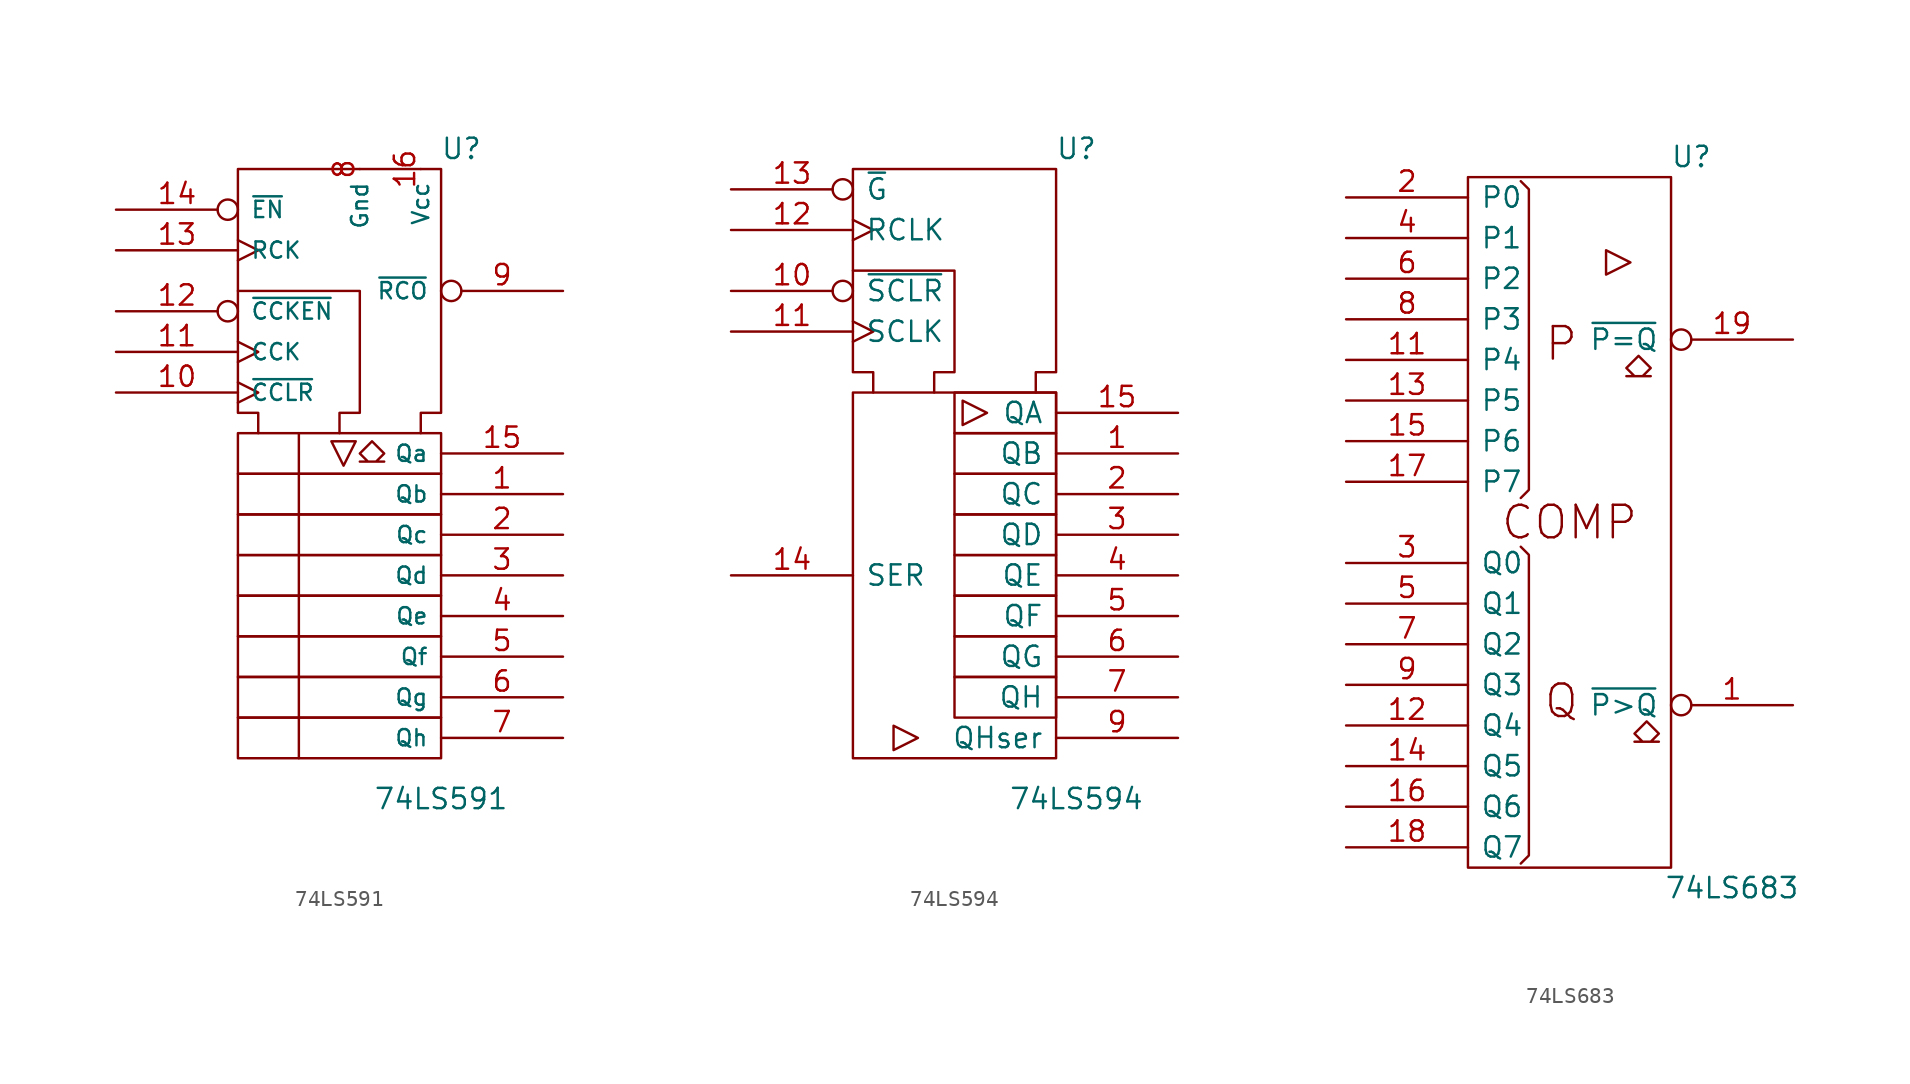
<source format=kicad_sym>
(kicad_symbol_lib
  (version 20231120)
  (generator "kicad_symbol_editor")
  (generator_version "8.0")
  (symbol "74LS591"
    (pin_names
      (offset 0.762))
    (property "Reference" "U"
      (at 7.62 20.32 0)
      (effects (font (size 1.27 1.27))))
    (property "Value" "74LS591"
      (at 6.35 -20.32 0)
      (effects (font (size 1.27 1.27))))
    (symbol "74LS591_0_0"
      (rectangle (start -6.35 -15.24) (end 6.35 -17.78) (stroke (width 0) (type default)) (fill (type none)))
      (rectangle (start -6.35 -12.7) (end 6.35 -15.24) (stroke (width 0) (type default)) (fill (type none)))
      (rectangle (start -6.35 -10.16) (end 6.35 -12.7) (stroke (width 0) (type default)) (fill (type none)))
      (rectangle (start -6.35 -7.62) (end 6.35 -10.16) (stroke (width 0) (type default)) (fill (type none)))
      (rectangle (start -6.35 -5.08) (end 6.35 -7.62) (stroke (width 0) (type default)) (fill (type none)))
      (rectangle (start -6.35 -2.54) (end 6.35 -5.08) (stroke (width 0) (type default)) (fill (type none)))
      (rectangle (start -6.35 0) (end 6.35 -2.54) (stroke (width 0) (type default)) (fill (type none)))
      (rectangle (start -6.35 2.54) (end 6.35 0) (stroke (width 0) (type default)) (fill (type none)))
      (polyline (pts (xy -2.54 2.54) (xy -2.54 -17.78) (xy -2.54 -17.78)) (stroke (width 0) (type default)) (fill (type none)))
      (polyline (pts (xy -0.508 2.032) (xy 1.016 2.032) (xy 0.254 0.508) (xy -0.508 2.032) (xy -0.508 2.032)) (stroke (width 0) (type default)) (fill (type none)))
      (polyline (pts (xy -6.35 11.43) (xy 1.27 11.43) (xy 1.27 3.81) (xy 0 3.81) (xy 0 2.54) (xy 0 2.54)) (stroke (width 0) (type default)) (fill (type none)))
      (polyline (pts (xy -5.08 2.54) (xy -5.08 3.81) (xy -6.35 3.81) (xy -6.35 19.05) (xy 6.35 19.05) (xy 6.35 3.81) (xy 5.08 3.81) (xy 5.08 2.54) (xy 5.08 2.54)) (stroke (width 0) (type default)) (fill (type none)))
      (polyline (pts (xy 2.032 2.032) (xy 2.794 1.27) (xy 2.286 0.762) (xy 2.794 0.762) (xy 1.27 0.762) (xy 1.778 0.762) (xy 1.27 1.27) (xy 2.032 2.032) (xy 2.032 2.032)) (stroke (width 0) (type default)) (fill (type none))))
    (symbol "74LS591_0_1"
      (pin power_in line (at 5.08 19.05 270) (length 0) (name "Vcc" (effects (font (size 1.016 1.016)))) (number "16" (effects (font (size 1.27 1.27)))))
      (pin power_in line (at 1.27 19.05 270) (length 0) (name "Gnd" (effects (font (size 1.016 1.016)))) (number "8" (effects (font (size 1.27 1.27))))))
    (symbol "74LS591_1_1"
      (pin output line (at 13.97 -1.27 180) (length 7.62) (name "Qb" (effects (font (size 1.016 1.016)))) (number "1" (effects (font (size 1.27 1.27)))))
      (pin input clock (at -13.97 5.08 0) (length 7.62) (name "~{CCLR}" (effects (font (size 1.016 1.016)))) (number "10" (effects (font (size 1.27 1.27)))))
      (pin input clock (at -13.97 7.62 0) (length 7.62) (name "CCK" (effects (font (size 1.016 1.016)))) (number "11" (effects (font (size 1.27 1.27)))))
      (pin input inverted (at -13.97 10.16 0) (length 7.62) (name "~{CCKEN}" (effects (font (size 1.016 1.016)))) (number "12" (effects (font (size 1.27 1.27)))))
      (pin input clock (at -13.97 13.97 0) (length 7.62) (name "RCK" (effects (font (size 1.016 1.016)))) (number "13" (effects (font (size 1.27 1.27)))))
      (pin input inverted (at -13.97 16.51 0) (length 7.62) (name "~{EN}" (effects (font (size 1.016 1.016)))) (number "14" (effects (font (size 1.27 1.27)))))
      (pin output line (at 13.97 1.27 180) (length 7.62) (name "Qa" (effects (font (size 1.016 1.016)))) (number "15" (effects (font (size 1.27 1.27)))))
      (pin output line (at 13.97 -3.81 180) (length 7.62) (name "Qc" (effects (font (size 1.016 1.016)))) (number "2" (effects (font (size 1.27 1.27)))))
      (pin output line (at 13.97 -6.35 180) (length 7.62) (name "Qd" (effects (font (size 1.016 1.016)))) (number "3" (effects (font (size 1.27 1.27)))))
      (pin output line (at 13.97 -8.89 180) (length 7.62) (name "Qe" (effects (font (size 1.016 1.016)))) (number "4" (effects (font (size 1.27 1.27)))))
      (pin output line (at 13.97 -11.43 180) (length 7.62) (name "Qf" (effects (font (size 1.016 1.016)))) (number "5" (effects (font (size 1.27 1.27)))))
      (pin output line (at 13.97 -13.97 180) (length 7.62) (name "Qg" (effects (font (size 1.016 1.016)))) (number "6" (effects (font (size 1.27 1.27)))))
      (pin output line (at 13.97 -16.51 180) (length 7.62) (name "Qh" (effects (font (size 1.016 1.016)))) (number "7" (effects (font (size 1.27 1.27)))))
      (pin output inverted (at 13.97 11.43 180) (length 7.62) (name "~{RCO}" (effects (font (size 1.016 1.016)))) (number "9" (effects (font (size 1.27 1.27)))))))
  (symbol "74LS594"
    (pin_names
      (offset 0.762))
    (property "Reference" "U"
      (at 7.62 16.51 0)
      (effects (font (size 1.27 1.27))))
    (property "Value" "74LS594"
      (at 7.62 -24.13 0)
      (effects (font (size 1.27 1.27))))
    (symbol "74LS594_0_0"
      (rectangle (start -6.35 1.27) (end 6.35 -21.59) (stroke (width 0) (type default)) (fill (type none)))
      (rectangle (start 0 -16.51) (end 6.35 -19.05) (stroke (width 0) (type default)) (fill (type none)))
      (rectangle (start 0 -13.97) (end 6.35 -16.51) (stroke (width 0) (type default)) (fill (type none)))
      (rectangle (start 0 -11.43) (end 6.35 -13.97) (stroke (width 0) (type default)) (fill (type none)))
      (rectangle (start 0 -8.89) (end 6.35 -11.43) (stroke (width 0) (type default)) (fill (type none)))
      (rectangle (start 0 -6.35) (end 6.35 -8.89) (stroke (width 0) (type default)) (fill (type none)))
      (rectangle (start 0 -3.81) (end 6.35 -6.35) (stroke (width 0) (type default)) (fill (type none)))
      (rectangle (start 0 -1.27) (end 6.35 -3.81) (stroke (width 0) (type default)) (fill (type none)))
      (polyline (pts (xy -2.286 -20.32) (xy -3.81 -19.558) (xy -3.81 -21.082) (xy -2.286 -20.32) (xy -2.286 -20.32)) (stroke (width 0) (type default)) (fill (type none)))
      (polyline (pts (xy 0.508 0.762) (xy 0.508 -0.762) (xy 2.032 0) (xy 0.508 0.762) (xy 0.508 0.762)) (stroke (width 0) (type default)) (fill (type none)))
      (polyline (pts (xy -6.35 8.89) (xy 0 8.89) (xy 0 2.54) (xy -1.27 2.54) (xy -1.27 1.27) (xy -1.27 1.27)) (stroke (width 0) (type default)) (fill (type none)))
      (polyline (pts (xy -5.08 1.27) (xy -5.08 2.54) (xy -6.35 2.54) (xy -6.35 15.24) (xy 6.35 15.24) (xy 6.35 2.54) (xy 5.08 2.54) (xy 5.08 1.27) (xy 5.08 1.27)) (stroke (width 0) (type default)) (fill (type none)))
      (rectangle (start 0 1.27) (end 6.35 -1.27) (stroke (width 0) (type default)) (fill (type none))))
    (symbol "74LS594_0_1"
      (pin power_in line (at 0 15.24 270) (length 0) hide (name "GND" (effects (font (size 1.27 1.27)))) (number "8" (effects (font (size 1.27 1.27))))))
    (symbol "74LS594_1_1"
      (pin tri_state line (at 13.97 -2.54 180) (length 7.62) (name "QB" (effects (font (size 1.27 1.27)))) (number "1" (effects (font (size 1.27 1.27)))))
      (pin input inverted (at -13.97 7.62 0) (length 7.62) (name "~{SCLR}" (effects (font (size 1.27 1.27)))) (number "10" (effects (font (size 1.27 1.27)))))
      (pin input clock (at -13.97 5.08 0) (length 7.62) (name "SCLK" (effects (font (size 1.27 1.27)))) (number "11" (effects (font (size 1.27 1.27)))))
      (pin input clock (at -13.97 11.43 0) (length 7.62) (name "RCLK" (effects (font (size 1.27 1.27)))) (number "12" (effects (font (size 1.27 1.27)))))
      (pin input inverted (at -13.97 13.97 0) (length 7.62) (name "~{G}" (effects (font (size 1.27 1.27)))) (number "13" (effects (font (size 1.27 1.27)))))
      (pin input line (at -13.97 -10.16 0) (length 7.62) (name "SER" (effects (font (size 1.27 1.27)))) (number "14" (effects (font (size 1.27 1.27)))))
      (pin tri_state line (at 13.97 0 180) (length 7.62) (name "QA" (effects (font (size 1.27 1.27)))) (number "15" (effects (font (size 1.27 1.27)))))
      (pin power_in line (at 3.81 15.24 270) (length 0) hide (name "VCC" (effects (font (size 1.27 1.27)))) (number "16" (effects (font (size 1.27 1.27)))))
      (pin tri_state line (at 13.97 -5.08 180) (length 7.62) (name "QC" (effects (font (size 1.27 1.27)))) (number "2" (effects (font (size 1.27 1.27)))))
      (pin tri_state line (at 13.97 -7.62 180) (length 7.62) (name "QD" (effects (font (size 1.27 1.27)))) (number "3" (effects (font (size 1.27 1.27)))))
      (pin tri_state line (at 13.97 -10.16 180) (length 7.62) (name "QE" (effects (font (size 1.27 1.27)))) (number "4" (effects (font (size 1.27 1.27)))))
      (pin tri_state line (at 13.97 -12.7 180) (length 7.62) (name "QF" (effects (font (size 1.27 1.27)))) (number "5" (effects (font (size 1.27 1.27)))))
      (pin tri_state line (at 13.97 -15.24 180) (length 7.62) (name "QG" (effects (font (size 1.27 1.27)))) (number "6" (effects (font (size 1.27 1.27)))))
      (pin tri_state line (at 13.97 -17.78 180) (length 7.62) (name "QH" (effects (font (size 1.27 1.27)))) (number "7" (effects (font (size 1.27 1.27)))))
      (pin output line (at 13.97 -20.32 180) (length 7.62) (name "QHser" (effects (font (size 1.27 1.27)))) (number "9" (effects (font (size 1.27 1.27)))))))
  (symbol "74LS683"
    (pin_names
      (offset 0.762))
    (property "Reference" "U"
      (at 7.62 22.86 0)
      (effects (font (size 1.27 1.27))))
    (property "Value" "74LS683"
      (at 10.16 -22.86 0)
      (effects (font (size 1.27 1.27))))
    (symbol "74LS683_0_0"
      (polyline (pts (xy 2.286 17.018) (xy 2.286 15.494) (xy 3.81 16.256) (xy 2.286 17.018) (xy 2.286 17.018)) (stroke (width 0) (type default)) (fill (type none)))
      (polyline (pts (xy 4.318 10.414) (xy 5.08 9.652) (xy 4.572 9.144) (xy 5.08 9.144) (xy 3.556 9.144) (xy 4.064 9.144) (xy 3.556 9.652) (xy 4.318 10.414) (xy 4.318 10.414)) (stroke (width 0) (type default)) (fill (type none)))
      (polyline (pts (xy 4.826 -12.446) (xy 5.588 -13.208) (xy 5.08 -13.716) (xy 5.588 -13.716) (xy 4.064 -13.716) (xy 4.572 -13.716) (xy 4.064 -13.208) (xy 4.826 -12.446) (xy 4.826 -12.446)) (stroke (width 0) (type default)) (fill (type none)))
      (text "COMP" (at 0 0 0) (effects (font (size 2.032 2.032))))
      (text "P" (at -0.508 11.176 0) (effects (font (size 2.032 2.032))))
      (text "Q" (at -0.508 -11.176 0) (effects (font (size 2.032 2.032)))))
    (symbol "74LS683_0_1"
      (rectangle (start -6.35 21.59) (end 6.35 -21.59) (stroke (width 0) (type default)) (fill (type none)))
      (polyline (pts (xy -3.048 -1.524) (xy -2.54 -2.032) (xy -2.54 -20.828) (xy -3.048 -21.336) (xy -3.048 -21.336)) (stroke (width 0) (type default)) (fill (type none)))
      (polyline (pts (xy -3.048 21.336) (xy -2.54 20.828) (xy -2.54 2.032) (xy -3.048 1.524) (xy -3.048 1.524)) (stroke (width 0) (type default)) (fill (type none))))
    (symbol "74LS683_1_1"
      (pin output inverted (at 13.97 -11.43 180) (length 7.62) (name "~{P>Q}" (effects (font (size 1.27 1.27)))) (number "1" (effects (font (size 1.27 1.27)))))
      (pin power_in line (at 0 -21.59 90) (length 0) hide (name "Gnd" (effects (font (size 1.27 1.27)))) (number "10" (effects (font (size 1.27 1.27)))))
      (pin input line (at -13.97 10.16 0) (length 7.62) (name "P4" (effects (font (size 1.27 1.27)))) (number "11" (effects (font (size 1.27 1.27)))))
      (pin input line (at -13.97 -12.7 0) (length 7.62) (name "Q4" (effects (font (size 1.27 1.27)))) (number "12" (effects (font (size 1.27 1.27)))))
      (pin input line (at -13.97 7.62 0) (length 7.62) (name "P5" (effects (font (size 1.27 1.27)))) (number "13" (effects (font (size 1.27 1.27)))))
      (pin input line (at -13.97 -15.24 0) (length 7.62) (name "Q5" (effects (font (size 1.27 1.27)))) (number "14" (effects (font (size 1.27 1.27)))))
      (pin input line (at -13.97 5.08 0) (length 7.62) (name "P6" (effects (font (size 1.27 1.27)))) (number "15" (effects (font (size 1.27 1.27)))))
      (pin input line (at -13.97 -17.78 0) (length 7.62) (name "Q6" (effects (font (size 1.27 1.27)))) (number "16" (effects (font (size 1.27 1.27)))))
      (pin input line (at -13.97 2.54 0) (length 7.62) (name "P7" (effects (font (size 1.27 1.27)))) (number "17" (effects (font (size 1.27 1.27)))))
      (pin input line (at -13.97 -20.32 0) (length 7.62) (name "Q7" (effects (font (size 1.27 1.27)))) (number "18" (effects (font (size 1.27 1.27)))))
      (pin output inverted (at 13.97 11.43 180) (length 7.62) (name "~{P=Q}" (effects (font (size 1.27 1.27)))) (number "19" (effects (font (size 1.27 1.27)))))
      (pin input line (at -13.97 20.32 0) (length 7.62) (name "P0" (effects (font (size 1.27 1.27)))) (number "2" (effects (font (size 1.27 1.27)))))
      (pin power_in line (at 0 21.59 270) (length 0) hide (name "Vcc" (effects (font (size 1.27 1.27)))) (number "20" (effects (font (size 1.27 1.27)))))
      (pin input line (at -13.97 -2.54 0) (length 7.62) (name "Q0" (effects (font (size 1.27 1.27)))) (number "3" (effects (font (size 1.27 1.27)))))
      (pin input line (at -13.97 17.78 0) (length 7.62) (name "P1" (effects (font (size 1.27 1.27)))) (number "4" (effects (font (size 1.27 1.27)))))
      (pin input line (at -13.97 -5.08 0) (length 7.62) (name "Q1" (effects (font (size 1.27 1.27)))) (number "5" (effects (font (size 1.27 1.27)))))
      (pin input line (at -13.97 15.24 0) (length 7.62) (name "P2" (effects (font (size 1.27 1.27)))) (number "6" (effects (font (size 1.27 1.27)))))
      (pin input line (at -13.97 -7.62 0) (length 7.62) (name "Q2" (effects (font (size 1.27 1.27)))) (number "7" (effects (font (size 1.27 1.27)))))
      (pin input line (at -13.97 12.7 0) (length 7.62) (name "P3" (effects (font (size 1.27 1.27)))) (number "8" (effects (font (size 1.27 1.27)))))
      (pin input line (at -13.97 -10.16 0) (length 7.62) (name "Q3" (effects (font (size 1.27 1.27)))) (number "9" (effects (font (size 1.27 1.27))))))))
</source>
